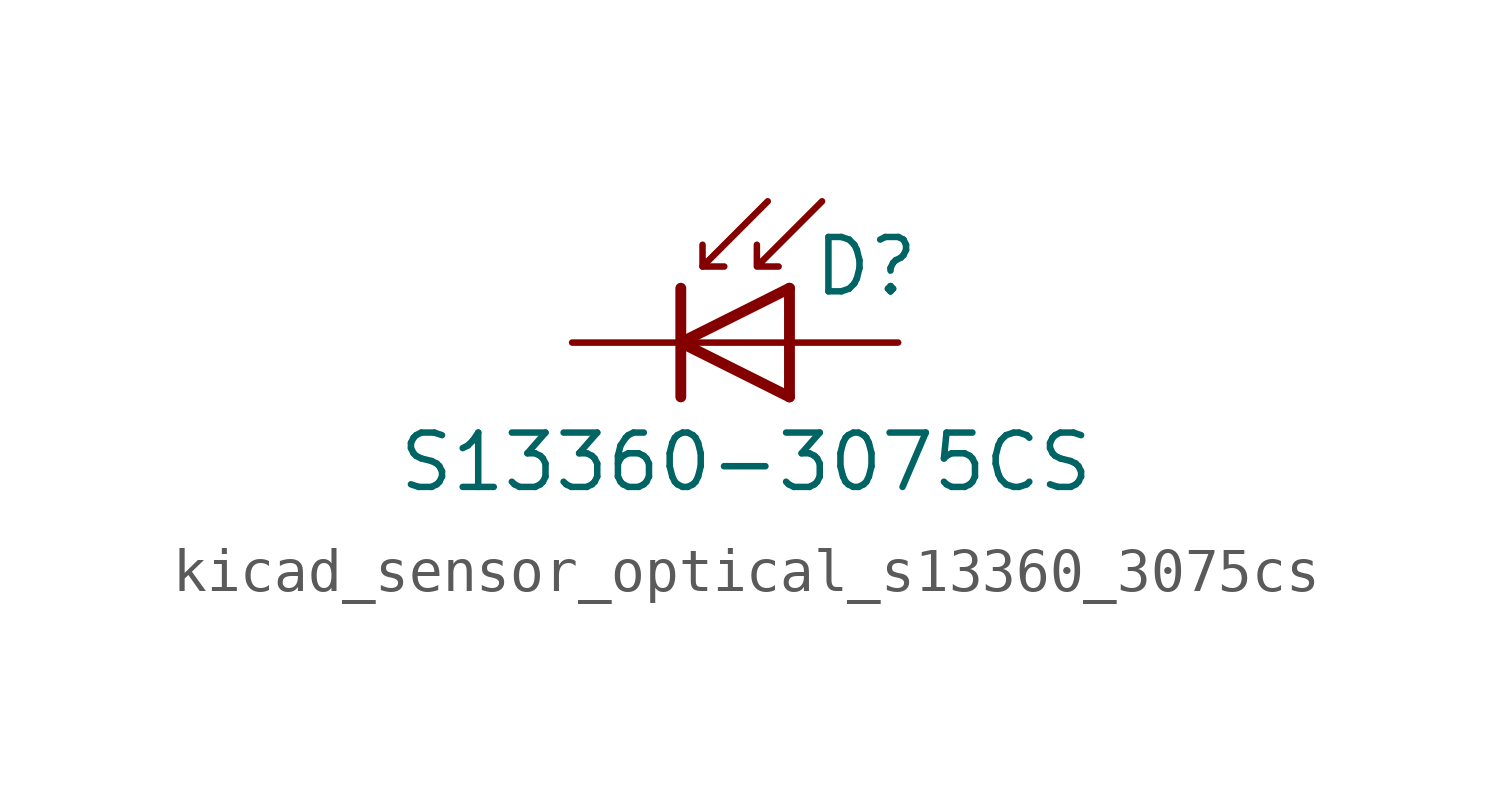
<source format=kicad_sym>
(kicad_symbol_lib
  (version 20220914)
  (generator kicad_symbol_editor)
  (symbol "kicad_sensor_optical_s13360_3075cs"
    (pin_numbers hide)
    (pin_names hide)
    (property "Reference" "D"
      (at 1.778 1.778 0)
      (effects (font (size 1.27 1.27)) (justify left)))
    (property "Value" "S13360-3075CS"
      (at 0.254 -2.794 0)
      (effects (font (size 1.27 1.27))))
    (symbol "kicad_sensor_optical_s13360_3075cs_0_1"
      (polyline (pts (xy -1.27 0) (xy 1.27 0)) (stroke (width 0) (type default)) (fill (type none)))
      (polyline (pts (xy -1.27 1.27) (xy -1.27 -1.27)) (stroke (width 0.254) (type default)) (fill (type none)))
      (polyline (pts (xy -0.762 1.778) (xy -0.254 1.778)) (stroke (width 0) (type default)) (fill (type none)))
      (polyline (pts (xy 1.27 1.27) (xy 1.27 -1.27)) (stroke (width 0.254) (type default)) (fill (type none)))
      (polyline (pts (xy 0.762 3.302) (xy -0.762 1.778) (xy -0.762 2.286)) (stroke (width 0) (type default)) (fill (type none)))
      (polyline (pts (xy 1.27 1.27) (xy -1.27 0) (xy 1.27 -1.27)) (stroke (width 0.254) (type default)) (fill (type none)))
      (polyline (pts (xy 2.032 3.302) (xy 0.508 1.778) (xy 0.508 2.286) (xy 0.508 1.778) (xy 1.016 1.778)) (stroke (width 0) (type default)) (fill (type none))))
    (symbol "kicad_sensor_optical_s13360_3075cs_1_1"
      (pin passive line (at 3.81 0 180) (length 2.54) (name "A" (effects (font (size 1.27 1.27)))) (number "1" (effects (font (size 1.27 1.27)))))
      (pin passive line (at -3.81 0 0) (length 2.54) (name "K" (effects (font (size 1.27 1.27)))) (number "2" (effects (font (size 1.27 1.27))))))))
</source>
